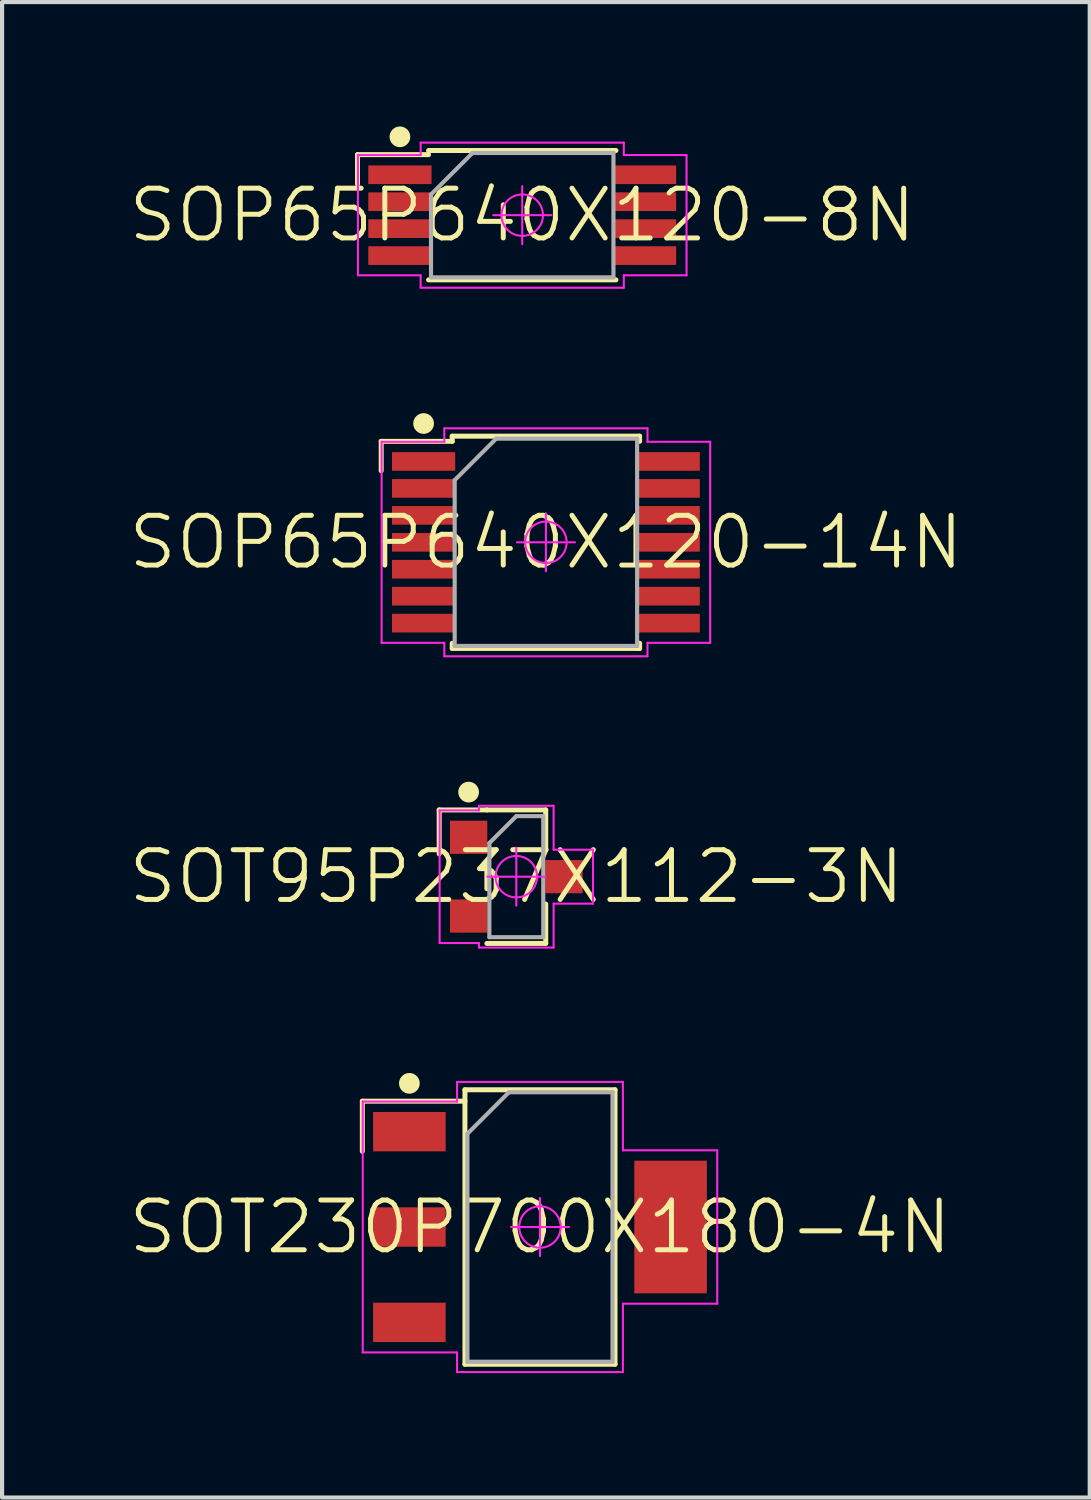
<source format=kicad_pcb>
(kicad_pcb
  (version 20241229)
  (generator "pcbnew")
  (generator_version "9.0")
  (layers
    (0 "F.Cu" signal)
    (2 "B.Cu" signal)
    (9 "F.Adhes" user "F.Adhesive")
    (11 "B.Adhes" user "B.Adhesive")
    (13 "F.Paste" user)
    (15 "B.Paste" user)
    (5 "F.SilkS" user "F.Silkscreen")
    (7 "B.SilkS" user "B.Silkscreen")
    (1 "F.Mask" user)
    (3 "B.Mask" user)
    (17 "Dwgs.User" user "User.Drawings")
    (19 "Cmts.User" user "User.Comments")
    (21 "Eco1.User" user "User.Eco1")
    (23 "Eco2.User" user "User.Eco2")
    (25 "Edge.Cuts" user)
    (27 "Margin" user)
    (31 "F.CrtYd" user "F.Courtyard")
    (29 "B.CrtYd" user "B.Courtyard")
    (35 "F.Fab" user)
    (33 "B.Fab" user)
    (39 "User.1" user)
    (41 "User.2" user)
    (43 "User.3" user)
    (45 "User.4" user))
  (footprint "SOT230P700X180-4N"
    (layer "F.Cu")
    (at 9.974 26.545)
    (property "Reference" "SOT230P700X180-4N" (at 0 0 0) (layer "F.SilkS") (effects (font (size 1.2 1.2) (thickness 0.12))))
    (attr smd)
    (fp_line (start -4.285 -3.035) (end -4.285 -1.825) (stroke (width 0.12) (type solid)) (layer "F.SilkS"))
    (fp_line (start -1.81 -3.31) (end 1.81 -3.31) (stroke (width 0.12) (type solid)) (layer "F.SilkS"))
    (fp_line (start -1.81 -3.035) (end -4.285 -3.035) (stroke (width 0.12) (type solid)) (layer "F.SilkS"))
    (fp_line (start -1.81 3.31) (end -1.81 -3.31) (stroke (width 0.12) (type solid)) (layer "F.SilkS"))
    (fp_line (start 1.81 -3.31) (end 1.81 3.31) (stroke (width 0.12) (type solid)) (layer "F.SilkS"))
    (fp_line (start 1.81 3.31) (end -1.81 3.31) (stroke (width 0.12) (type solid)) (layer "F.SilkS"))
    (fp_circle (center -3.15 -3.465) (end -3.15 -3.34) (stroke (width 0.25) (type solid)) (fill no) (layer "F.SilkS"))
    (fp_line (start -4.275 -3.025) (end -2 -3.025) (stroke (width 0.05) (type solid)) (layer "F.CrtYd"))
    (fp_line (start -4.275 3.025) (end -4.275 -3.025) (stroke (width 0.05) (type solid)) (layer "F.CrtYd"))
    (fp_line (start -2 -3.5) (end 2 -3.5) (stroke (width 0.05) (type solid)) (layer "F.CrtYd"))
    (fp_line (start -2 -3.025) (end -2 -3.5) (stroke (width 0.05) (type solid)) (layer "F.CrtYd"))
    (fp_line (start -2 3.025) (end -4.275 3.025) (stroke (width 0.05) (type solid)) (layer "F.CrtYd"))
    (fp_line (start -2 3.5) (end -2 3.025) (stroke (width 0.05) (type solid)) (layer "F.CrtYd"))
    (fp_line (start -0.7 0) (end 0.7 0) (stroke (width 0.05) (type solid)) (layer "F.CrtYd"))
    (fp_line (start 0 -0.7) (end 0 0.7) (stroke (width 0.05) (type solid)) (layer "F.CrtYd"))
    (fp_line (start 2 -3.5) (end 2 -1.85) (stroke (width 0.05) (type solid)) (layer "F.CrtYd"))
    (fp_line (start 2 -1.85) (end 4.275 -1.85) (stroke (width 0.05) (type solid)) (layer "F.CrtYd"))
    (fp_line (start 2 1.85) (end 2 3.5) (stroke (width 0.05) (type solid)) (layer "F.CrtYd"))
    (fp_line (start 2 3.5) (end -2 3.5) (stroke (width 0.05) (type solid)) (layer "F.CrtYd"))
    (fp_line (start 4.275 -1.85) (end 4.275 1.85) (stroke (width 0.05) (type solid)) (layer "F.CrtYd"))
    (fp_line (start 4.275 1.85) (end 2 1.85) (stroke (width 0.05) (type solid)) (layer "F.CrtYd"))
    (fp_circle (center 0 0) (end 0 0.5) (stroke (width 0.05) (type solid)) (fill no) (layer "F.CrtYd"))
    (fp_line (start -1.75 -2.25) (end -0.75 -3.25) (stroke (width 0.1) (type solid)) (layer "F.Fab"))
    (fp_line (start -1.75 3.25) (end -1.75 -2.25) (stroke (width 0.1) (type solid)) (layer "F.Fab"))
    (fp_line (start -0.75 -3.25) (end 1.75 -3.25) (stroke (width 0.1) (type solid)) (layer "F.Fab"))
    (fp_line (start 1.75 -3.25) (end 1.75 3.25) (stroke (width 0.1) (type solid)) (layer "F.Fab"))
    (fp_line (start 1.75 3.25) (end -1.75 3.25) (stroke (width 0.1) (type solid)) (layer "F.Fab"))
    (pad "1" smd rect (at -3.15 -2.3) (size 1.75 0.95) (layers "F.Cu" "F.Mask" "F.Paste"))
    (pad "2" smd rect (at -3.15 0) (size 1.75 0.95) (layers "F.Cu" "F.Mask" "F.Paste"))
    (pad "3" smd rect (at -3.15 2.3) (size 1.75 0.95) (layers "F.Cu" "F.Mask" "F.Paste"))
    (pad "4" smd rect (at 3.15 0) (size 1.75 3.2) (layers "F.Cu" "F.Mask" "F.Paste")))
  (footprint "SOT95P237X112-3N"
    (layer "F.Cu")
    (at 9.403 18.095)
    (property "Reference" "SOT95P237X112-3N" (at 0 0 0) (layer "F.SilkS") (effects (font (size 1.2 1.2) (thickness 0.12))))
    (attr smd)
    (fp_line (start -1.86 -1.61) (end -1.86 -0.55) (stroke (width 0.12) (type solid)) (layer "F.SilkS"))
    (fp_line (start -0.71 -1.61) (end -1.86 -1.61) (stroke (width 0.12) (type solid)) (layer "F.SilkS"))
    (fp_line (start -0.71 -1.61) (end 0.71 -1.61) (stroke (width 0.12) (type solid)) (layer "F.SilkS"))
    (fp_line (start -0.71 -0.29) (end -0.71 0.29) (stroke (width 0.12) (type solid)) (layer "F.SilkS"))
    (fp_line (start 0.71 -1.61) (end 0.71 -0.66) (stroke (width 0.12) (type solid)) (layer "F.SilkS"))
    (fp_line (start 0.71 0.66) (end 0.71 1.61) (stroke (width 0.12) (type solid)) (layer "F.SilkS"))
    (fp_line (start 0.71 1.61) (end -0.71 1.61) (stroke (width 0.12) (type solid)) (layer "F.SilkS"))
    (fp_circle (center -1.15 -2.04) (end -1.15 -1.915) (stroke (width 0.25) (type solid)) (fill no) (layer "F.SilkS"))
    (fp_line (start -1.85 -1.6) (end -0.9 -1.6) (stroke (width 0.05) (type solid)) (layer "F.CrtYd"))
    (fp_line (start -1.85 1.6) (end -1.85 -1.6) (stroke (width 0.05) (type solid)) (layer "F.CrtYd"))
    (fp_line (start -0.9 -1.71) (end 0.9 -1.71) (stroke (width 0.05) (type solid)) (layer "F.CrtYd"))
    (fp_line (start -0.9 -1.6) (end -0.9 -1.71) (stroke (width 0.05) (type solid)) (layer "F.CrtYd"))
    (fp_line (start -0.9 1.6) (end -1.85 1.6) (stroke (width 0.05) (type solid)) (layer "F.CrtYd"))
    (fp_line (start -0.9 1.71) (end -0.9 1.6) (stroke (width 0.05) (type solid)) (layer "F.CrtYd"))
    (fp_line (start -0.7 0) (end 0.7 0) (stroke (width 0.05) (type solid)) (layer "F.CrtYd"))
    (fp_line (start 0 -0.7) (end 0 0.7) (stroke (width 0.05) (type solid)) (layer "F.CrtYd"))
    (fp_line (start 0.9 -1.71) (end 0.9 -0.65) (stroke (width 0.05) (type solid)) (layer "F.CrtYd"))
    (fp_line (start 0.9 -0.65) (end 1.85 -0.65) (stroke (width 0.05) (type solid)) (layer "F.CrtYd"))
    (fp_line (start 0.9 0.65) (end 0.9 1.71) (stroke (width 0.05) (type solid)) (layer "F.CrtYd"))
    (fp_line (start 0.9 1.71) (end -0.9 1.71) (stroke (width 0.05) (type solid)) (layer "F.CrtYd"))
    (fp_line (start 1.85 -0.65) (end 1.85 0.65) (stroke (width 0.05) (type solid)) (layer "F.CrtYd"))
    (fp_line (start 1.85 0.65) (end 0.9 0.65) (stroke (width 0.05) (type solid)) (layer "F.CrtYd"))
    (fp_circle (center 0 0) (end 0 0.5) (stroke (width 0.05) (type solid)) (fill no) (layer "F.CrtYd"))
    (fp_line (start -0.65 -0.81) (end 0 -1.46) (stroke (width 0.1) (type solid)) (layer "F.Fab"))
    (fp_line (start -0.65 1.46) (end -0.65 -0.81) (stroke (width 0.1) (type solid)) (layer "F.Fab"))
    (fp_line (start 0 -1.46) (end 0.65 -1.46) (stroke (width 0.1) (type solid)) (layer "F.Fab"))
    (fp_line (start 0.65 -1.46) (end 0.65 1.46) (stroke (width 0.1) (type solid)) (layer "F.Fab"))
    (fp_line (start 0.65 1.46) (end -0.65 1.46) (stroke (width 0.1) (type solid)) (layer "F.Fab"))
    (pad "1" smd rect (at -1.15 -0.95) (size 0.9 0.8) (layers "F.Cu" "F.Mask" "F.Paste"))
    (pad "2" smd rect (at -1.15 0.95) (size 0.9 0.8) (layers "F.Cu" "F.Mask" "F.Paste"))
    (pad "3" smd rect (at 1.15 0) (size 0.9 0.8) (layers "F.Cu" "F.Mask" "F.Paste")))
  (footprint "SOP65P640X120-14N"
    (layer "F.Cu")
    (at 10.117 10.03)
    (property "Reference" "SOP65P640X120-14N" (at 0 0 0) (layer "F.SilkS") (effects (font (size 1.2 1.2) (thickness 0.12))))
    (attr smd)
    (fp_line (start -3.973 -2.435) (end -3.973 -1.725) (stroke (width 0.12) (type solid)) (layer "F.SilkS"))
    (fp_line (start -2.26 -2.56) (end -2.26 -2.435) (stroke (width 0.12) (type solid)) (layer "F.SilkS"))
    (fp_line (start -2.26 -2.56) (end 2.26 -2.56) (stroke (width 0.12) (type solid)) (layer "F.SilkS"))
    (fp_line (start -2.26 -2.435) (end -3.973 -2.435) (stroke (width 0.12) (type solid)) (layer "F.SilkS"))
    (fp_line (start -2.26 2.435) (end -2.26 2.56) (stroke (width 0.12) (type solid)) (layer "F.SilkS"))
    (fp_line (start 2.26 -2.56) (end 2.26 -2.435) (stroke (width 0.12) (type solid)) (layer "F.SilkS"))
    (fp_line (start 2.26 2.435) (end 2.26 2.56) (stroke (width 0.12) (type solid)) (layer "F.SilkS"))
    (fp_line (start 2.26 2.56) (end -2.26 2.56) (stroke (width 0.12) (type solid)) (layer "F.SilkS"))
    (fp_circle (center -2.95 -2.865) (end -2.95 -2.74) (stroke (width 0.25) (type solid)) (fill no) (layer "F.SilkS"))
    (fp_line (start -3.963 -2.425) (end -2.45 -2.425) (stroke (width 0.05) (type solid)) (layer "F.CrtYd"))
    (fp_line (start -3.963 2.425) (end -3.963 -2.425) (stroke (width 0.05) (type solid)) (layer "F.CrtYd"))
    (fp_line (start -2.45 -2.75) (end 2.45 -2.75) (stroke (width 0.05) (type solid)) (layer "F.CrtYd"))
    (fp_line (start -2.45 -2.425) (end -2.45 -2.75) (stroke (width 0.05) (type solid)) (layer "F.CrtYd"))
    (fp_line (start -2.45 2.425) (end -3.963 2.425) (stroke (width 0.05) (type solid)) (layer "F.CrtYd"))
    (fp_line (start -2.45 2.75) (end -2.45 2.425) (stroke (width 0.05) (type solid)) (layer "F.CrtYd"))
    (fp_line (start -0.7 0) (end 0.7 0) (stroke (width 0.05) (type solid)) (layer "F.CrtYd"))
    (fp_line (start 0 -0.7) (end 0 0.7) (stroke (width 0.05) (type solid)) (layer "F.CrtYd"))
    (fp_line (start 2.45 -2.75) (end 2.45 -2.425) (stroke (width 0.05) (type solid)) (layer "F.CrtYd"))
    (fp_line (start 2.45 -2.425) (end 3.963 -2.425) (stroke (width 0.05) (type solid)) (layer "F.CrtYd"))
    (fp_line (start 2.45 2.425) (end 2.45 2.75) (stroke (width 0.05) (type solid)) (layer "F.CrtYd"))
    (fp_line (start 2.45 2.75) (end -2.45 2.75) (stroke (width 0.05) (type solid)) (layer "F.CrtYd"))
    (fp_line (start 3.963 -2.425) (end 3.963 2.425) (stroke (width 0.05) (type solid)) (layer "F.CrtYd"))
    (fp_line (start 3.963 2.425) (end 2.45 2.425) (stroke (width 0.05) (type solid)) (layer "F.CrtYd"))
    (fp_circle (center 0 0) (end 0 0.5) (stroke (width 0.05) (type solid)) (fill no) (layer "F.CrtYd"))
    (fp_line (start -2.2 -1.5) (end -1.2 -2.5) (stroke (width 0.1) (type solid)) (layer "F.Fab"))
    (fp_line (start -2.2 2.5) (end -2.2 -1.5) (stroke (width 0.1) (type solid)) (layer "F.Fab"))
    (fp_line (start -1.2 -2.5) (end 2.2 -2.5) (stroke (width 0.1) (type solid)) (layer "F.Fab"))
    (fp_line (start 2.2 -2.5) (end 2.2 2.5) (stroke (width 0.1) (type solid)) (layer "F.Fab"))
    (fp_line (start 2.2 2.5) (end -2.2 2.5) (stroke (width 0.1) (type solid)) (layer "F.Fab"))
    (pad "1" smd rect (at -2.95 -1.95) (size 1.525 0.45) (layers "F.Cu" "F.Mask" "F.Paste"))
    (pad "2" smd rect (at -2.95 -1.3) (size 1.525 0.45) (layers "F.Cu" "F.Mask" "F.Paste"))
    (pad "3" smd rect (at -2.95 -0.65) (size 1.525 0.45) (layers "F.Cu" "F.Mask" "F.Paste"))
    (pad "4" smd rect (at -2.95 0) (size 1.525 0.45) (layers "F.Cu" "F.Mask" "F.Paste"))
    (pad "5" smd rect (at -2.95 0.65) (size 1.525 0.45) (layers "F.Cu" "F.Mask" "F.Paste"))
    (pad "6" smd rect (at -2.95 1.3) (size 1.525 0.45) (layers "F.Cu" "F.Mask" "F.Paste"))
    (pad "7" smd rect (at -2.95 1.95) (size 1.525 0.45) (layers "F.Cu" "F.Mask" "F.Paste"))
    (pad "8" smd rect (at 2.95 1.95) (size 1.525 0.45) (layers "F.Cu" "F.Mask" "F.Paste"))
    (pad "9" smd rect (at 2.95 1.3) (size 1.525 0.45) (layers "F.Cu" "F.Mask" "F.Paste"))
    (pad "10" smd rect (at 2.95 0.65) (size 1.525 0.45) (layers "F.Cu" "F.Mask" "F.Paste"))
    (pad "11" smd rect (at 2.95 0) (size 1.525 0.45) (layers "F.Cu" "F.Mask" "F.Paste"))
    (pad "12" smd rect (at 2.95 -0.65) (size 1.525 0.45) (layers "F.Cu" "F.Mask" "F.Paste"))
    (pad "13" smd rect (at 2.95 -1.3) (size 1.525 0.45) (layers "F.Cu" "F.Mask" "F.Paste"))
    (pad "14" smd rect (at 2.95 -1.95) (size 1.525 0.45) (layers "F.Cu" "F.Mask" "F.Paste")))
  (footprint "SOP65P640X120-8N"
    (layer "F.Cu")
    (at 9.546 2.14)
    (property "Reference" "SOP65P640X120-8N" (at 0 0 0) (layer "F.SilkS") (effects (font (size 1.2 1.2) (thickness 0.12))))
    (attr smd)
    (fp_line (start -3.973 -1.46) (end -3.973 -0.75) (stroke (width 0.12) (type solid)) (layer "F.SilkS"))
    (fp_line (start -2.26 -1.56) (end 2.26 -1.56) (stroke (width 0.12) (type solid)) (layer "F.SilkS"))
    (fp_line (start -2.26 -1.46) (end -3.973 -1.46) (stroke (width 0.12) (type solid)) (layer "F.SilkS"))
    (fp_line (start 2.26 1.56) (end -2.26 1.56) (stroke (width 0.12) (type solid)) (layer "F.SilkS"))
    (fp_circle (center -2.95 -1.89) (end -2.95 -1.765) (stroke (width 0.25) (type solid)) (fill no) (layer "F.SilkS"))
    (fp_line (start -3.963 -1.45) (end -2.45 -1.45) (stroke (width 0.05) (type solid)) (layer "F.CrtYd"))
    (fp_line (start -3.963 1.45) (end -3.963 -1.45) (stroke (width 0.05) (type solid)) (layer "F.CrtYd"))
    (fp_line (start -2.45 -1.75) (end 2.45 -1.75) (stroke (width 0.05) (type solid)) (layer "F.CrtYd"))
    (fp_line (start -2.45 -1.45) (end -2.45 -1.75) (stroke (width 0.05) (type solid)) (layer "F.CrtYd"))
    (fp_line (start -2.45 1.45) (end -3.963 1.45) (stroke (width 0.05) (type solid)) (layer "F.CrtYd"))
    (fp_line (start -2.45 1.75) (end -2.45 1.45) (stroke (width 0.05) (type solid)) (layer "F.CrtYd"))
    (fp_line (start -0.7 0) (end 0.7 0) (stroke (width 0.05) (type solid)) (layer "F.CrtYd"))
    (fp_line (start 0 -0.7) (end 0 0.7) (stroke (width 0.05) (type solid)) (layer "F.CrtYd"))
    (fp_line (start 2.45 -1.75) (end 2.45 -1.45) (stroke (width 0.05) (type solid)) (layer "F.CrtYd"))
    (fp_line (start 2.45 -1.45) (end 3.963 -1.45) (stroke (width 0.05) (type solid)) (layer "F.CrtYd"))
    (fp_line (start 2.45 1.45) (end 2.45 1.75) (stroke (width 0.05) (type solid)) (layer "F.CrtYd"))
    (fp_line (start 2.45 1.75) (end -2.45 1.75) (stroke (width 0.05) (type solid)) (layer "F.CrtYd"))
    (fp_line (start 3.963 -1.45) (end 3.963 1.45) (stroke (width 0.05) (type solid)) (layer "F.CrtYd"))
    (fp_line (start 3.963 1.45) (end 2.45 1.45) (stroke (width 0.05) (type solid)) (layer "F.CrtYd"))
    (fp_circle (center 0 0) (end 0 0.5) (stroke (width 0.05) (type solid)) (fill no) (layer "F.CrtYd"))
    (fp_line (start -2.2 -0.5) (end -1.2 -1.5) (stroke (width 0.1) (type solid)) (layer "F.Fab"))
    (fp_line (start -2.2 1.5) (end -2.2 -0.5) (stroke (width 0.1) (type solid)) (layer "F.Fab"))
    (fp_line (start -1.2 -1.5) (end 2.2 -1.5) (stroke (width 0.1) (type solid)) (layer "F.Fab"))
    (fp_line (start 2.2 -1.5) (end 2.2 1.5) (stroke (width 0.1) (type solid)) (layer "F.Fab"))
    (fp_line (start 2.2 1.5) (end -2.2 1.5) (stroke (width 0.1) (type solid)) (layer "F.Fab"))
    (pad "1" smd rect (at -2.95 -0.975) (size 1.525 0.45) (layers "F.Cu" "F.Mask" "F.Paste"))
    (pad "2" smd rect (at -2.95 -0.325) (size 1.525 0.45) (layers "F.Cu" "F.Mask" "F.Paste"))
    (pad "3" smd rect (at -2.95 0.325) (size 1.525 0.45) (layers "F.Cu" "F.Mask" "F.Paste"))
    (pad "4" smd rect (at -2.95 0.975) (size 1.525 0.45) (layers "F.Cu" "F.Mask" "F.Paste"))
    (pad "5" smd rect (at 2.95 0.975) (size 1.525 0.45) (layers "F.Cu" "F.Mask" "F.Paste"))
    (pad "6" smd rect (at 2.95 0.325) (size 1.525 0.45) (layers "F.Cu" "F.Mask" "F.Paste"))
    (pad "7" smd rect (at 2.95 -0.325) (size 1.525 0.45) (layers "F.Cu" "F.Mask" "F.Paste"))
    (pad "8" smd rect (at 2.95 -0.975) (size 1.525 0.45) (layers "F.Cu" "F.Mask" "F.Paste")))
  (gr_rect
    (start -3 -3)
    (end 23.234 33.07)
    (stroke (width 0.1) (type default))
    (fill no)
    (layer "Edge.Cuts")))
</source>
